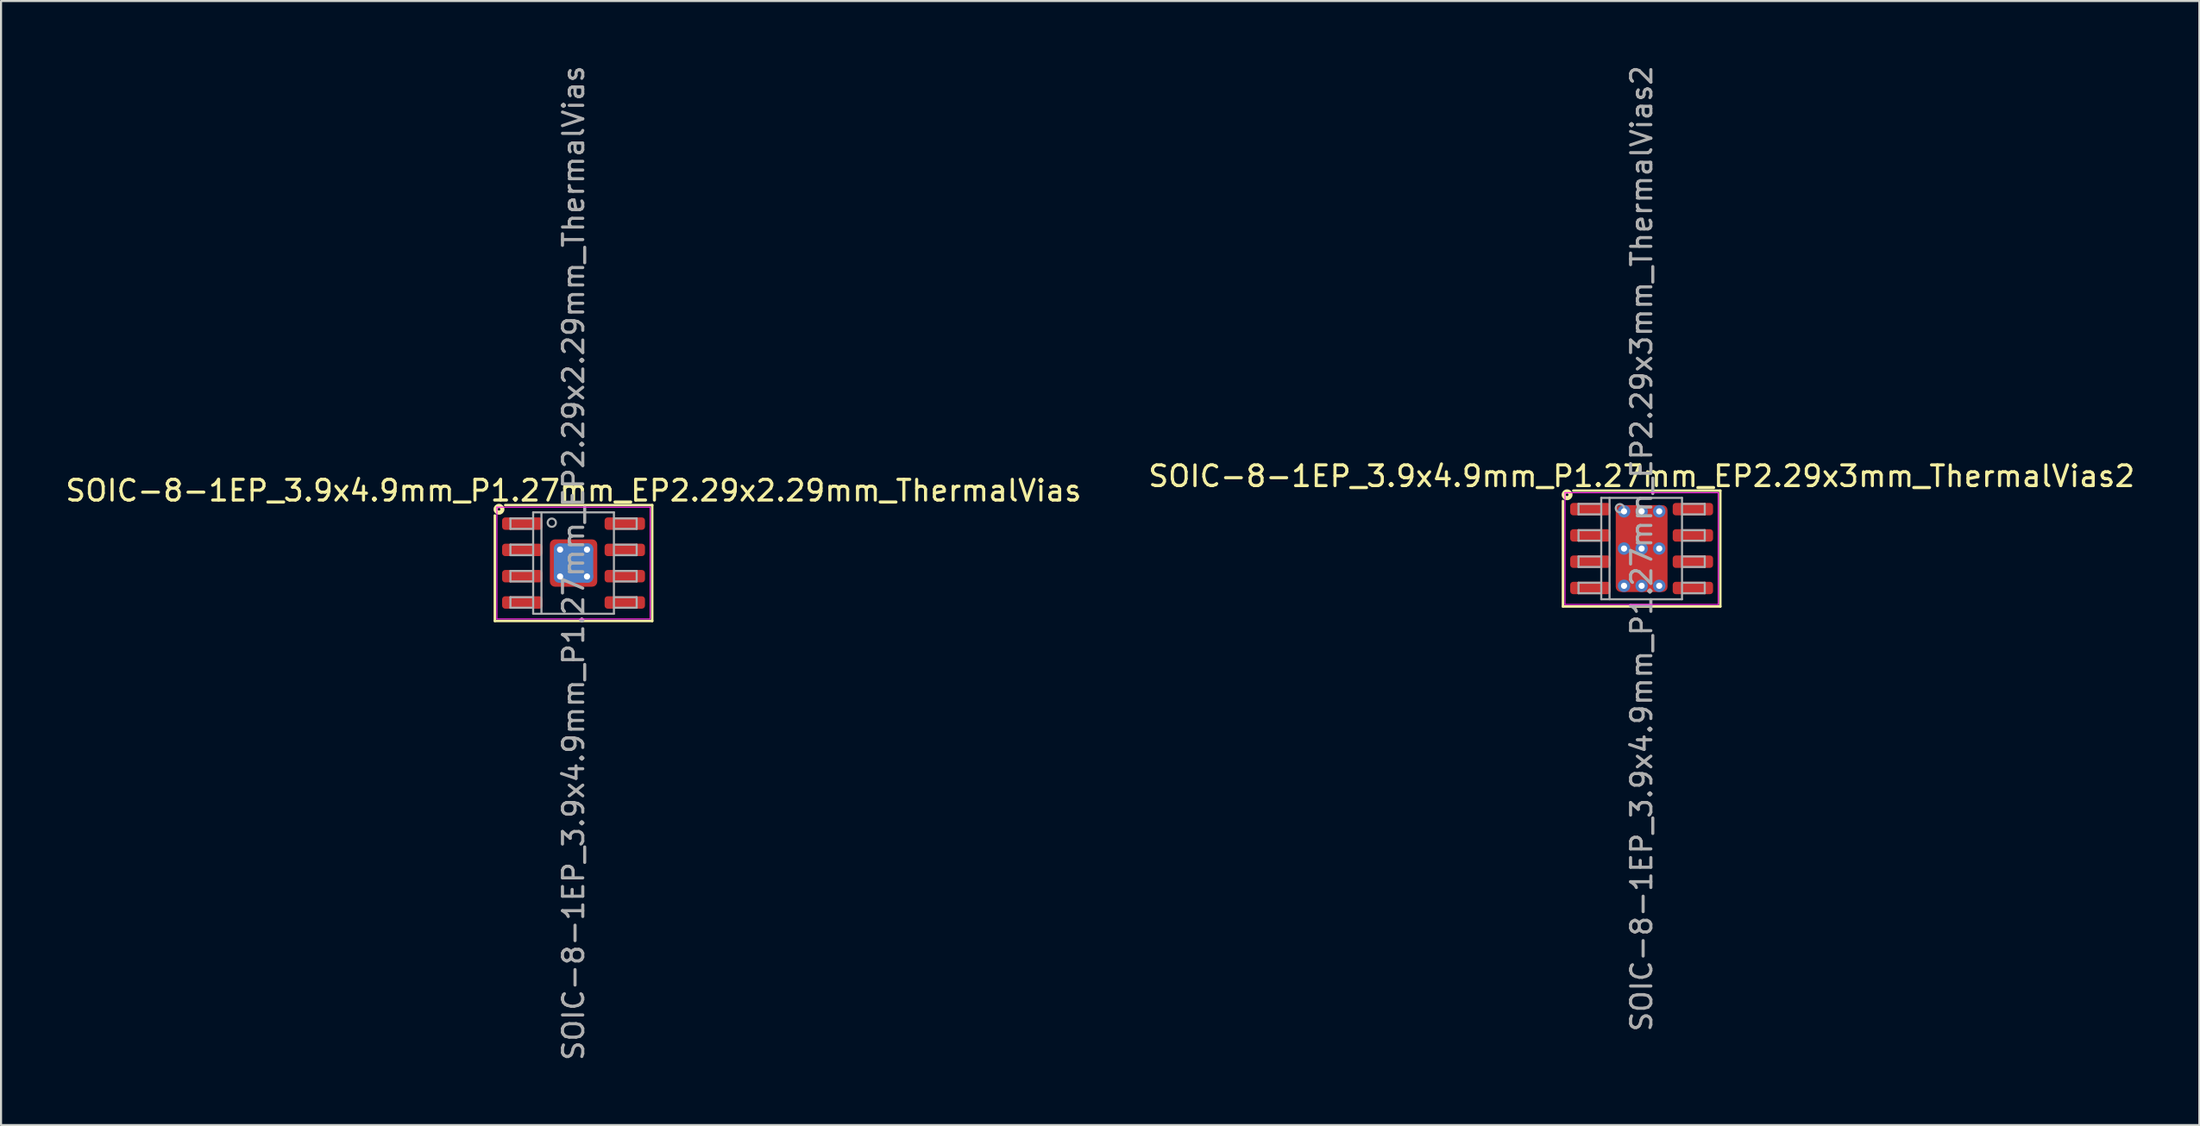
<source format=kicad_pcb>
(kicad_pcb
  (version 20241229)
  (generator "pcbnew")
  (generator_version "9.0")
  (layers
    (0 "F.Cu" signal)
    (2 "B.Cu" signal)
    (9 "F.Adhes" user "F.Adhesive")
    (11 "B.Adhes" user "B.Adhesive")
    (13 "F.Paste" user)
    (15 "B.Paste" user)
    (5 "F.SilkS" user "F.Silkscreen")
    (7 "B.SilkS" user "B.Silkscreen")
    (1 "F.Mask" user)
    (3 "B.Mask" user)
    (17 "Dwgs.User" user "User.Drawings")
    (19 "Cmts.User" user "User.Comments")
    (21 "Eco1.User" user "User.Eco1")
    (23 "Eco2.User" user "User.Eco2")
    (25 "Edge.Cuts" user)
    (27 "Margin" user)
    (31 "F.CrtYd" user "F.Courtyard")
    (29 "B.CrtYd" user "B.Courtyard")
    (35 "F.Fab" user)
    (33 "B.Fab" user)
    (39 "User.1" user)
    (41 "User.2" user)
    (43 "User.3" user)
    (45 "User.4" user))
  (footprint "SOIC-8-1EP_3.9x4.9mm_P1.27mm_EP2.29x3mm_ThermalVias2"
    (layer "F.Cu")
    (at 76.232 23.46)
    (property "Reference" "SOIC-8-1EP_3.9x4.9mm_P1.27mm_EP2.29x3mm_ThermalVias2" (at 0 -3.498 0) (layer "F.SilkS") (effects (font (size 1 1) (thickness 0.15))))
    (attr smd)
    (fp_line (start -3.8 -2.3) (end -3.8 2.8) (stroke (width 0.12) (type solid)) (layer "F.SilkS"))
    (fp_line (start -3.8 2.8) (end 3.8 2.8) (stroke (width 0.12) (type solid)) (layer "F.SilkS"))
    (fp_line (start 3.8 -2.8) (end -3.3 -2.8) (stroke (width 0.12) (type solid)) (layer "F.SilkS"))
    (fp_line (start 3.8 2.8) (end 3.8 -2.8) (stroke (width 0.12) (type solid)) (layer "F.SilkS"))
    (fp_circle (center -3.6 -2.6) (end -3.537 -2.6) (stroke (width 0.2) (type solid)) (fill no) (layer "F.SilkS"))
    (fp_line (start -3.7 -2.7) (end -3.7 2.7) (stroke (width 0.05) (type solid)) (layer "F.CrtYd"))
    (fp_line (start -3.7 2.7) (end 3.7 2.7) (stroke (width 0.05) (type solid)) (layer "F.CrtYd"))
    (fp_line (start 3.7 -2.7) (end -3.7 -2.7) (stroke (width 0.05) (type solid)) (layer "F.CrtYd"))
    (fp_line (start 3.7 2.7) (end 3.7 -2.7) (stroke (width 0.05) (type solid)) (layer "F.CrtYd"))
    (fp_line (start -3.048 -2.159) (end -3.048 -1.651) (stroke (width 0.1) (type solid)) (layer "F.Fab"))
    (fp_line (start -3.048 -2.159) (end -1.968 -2.159) (stroke (width 0.1) (type solid)) (layer "F.Fab"))
    (fp_line (start -3.048 -1.651) (end -1.968 -1.651) (stroke (width 0.1) (type solid)) (layer "F.Fab"))
    (fp_line (start -3.048 -0.889) (end -3.048 -0.381) (stroke (width 0.1) (type solid)) (layer "F.Fab"))
    (fp_line (start -3.048 -0.889) (end -1.968 -0.889) (stroke (width 0.1) (type solid)) (layer "F.Fab"))
    (fp_line (start -3.048 -0.381) (end -1.968 -0.381) (stroke (width 0.1) (type solid)) (layer "F.Fab"))
    (fp_line (start -3.048 0.381) (end -3.048 0.889) (stroke (width 0.1) (type solid)) (layer "F.Fab"))
    (fp_line (start -3.048 0.381) (end -1.968 0.381) (stroke (width 0.1) (type solid)) (layer "F.Fab"))
    (fp_line (start -3.048 0.889) (end -1.968 0.889) (stroke (width 0.1) (type solid)) (layer "F.Fab"))
    (fp_line (start -3.048 1.651) (end -3.048 2.159) (stroke (width 0.1) (type solid)) (layer "F.Fab"))
    (fp_line (start -3.048 1.651) (end -1.968 1.651) (stroke (width 0.1) (type solid)) (layer "F.Fab"))
    (fp_line (start -3.048 2.159) (end -1.968 2.159) (stroke (width 0.1) (type solid)) (layer "F.Fab"))
    (fp_line (start -1.95 -2.45) (end 1.95 -2.45) (stroke (width 0.1) (type solid)) (layer "F.Fab"))
    (fp_line (start -1.95 2.45) (end -1.95 -2.45) (stroke (width 0.1) (type solid)) (layer "F.Fab"))
    (fp_line (start -1.55 -2.45) (end -1.55 2.45) (stroke (width 0.1) (type solid)) (layer "F.Fab"))
    (fp_line (start 1.95 -2.45) (end 1.95 2.45) (stroke (width 0.1) (type solid)) (layer "F.Fab"))
    (fp_line (start 1.95 2.45) (end -1.95 2.45) (stroke (width 0.1) (type solid)) (layer "F.Fab"))
    (fp_line (start 3.048 -2.159) (end 1.968 -2.159) (stroke (width 0.1) (type solid)) (layer "F.Fab"))
    (fp_line (start 3.048 -1.651) (end 1.968 -1.651) (stroke (width 0.1) (type solid)) (layer "F.Fab"))
    (fp_line (start 3.048 -1.651) (end 3.048 -2.159) (stroke (width 0.1) (type solid)) (layer "F.Fab"))
    (fp_line (start 3.048 -0.889) (end 1.968 -0.889) (stroke (width 0.1) (type solid)) (layer "F.Fab"))
    (fp_line (start 3.048 -0.381) (end 1.968 -0.381) (stroke (width 0.1) (type solid)) (layer "F.Fab"))
    (fp_line (start 3.048 -0.381) (end 3.048 -0.889) (stroke (width 0.1) (type solid)) (layer "F.Fab"))
    (fp_line (start 3.048 0.381) (end 1.968 0.381) (stroke (width 0.1) (type solid)) (layer "F.Fab"))
    (fp_line (start 3.048 0.889) (end 1.968 0.889) (stroke (width 0.1) (type solid)) (layer "F.Fab"))
    (fp_line (start 3.048 0.889) (end 3.048 0.381) (stroke (width 0.1) (type solid)) (layer "F.Fab"))
    (fp_line (start 3.048 1.651) (end 1.968 1.651) (stroke (width 0.1) (type solid)) (layer "F.Fab"))
    (fp_line (start 3.048 2.159) (end 1.968 2.159) (stroke (width 0.1) (type solid)) (layer "F.Fab"))
    (fp_line (start 3.048 2.159) (end 3.048 1.651) (stroke (width 0.1) (type solid)) (layer "F.Fab"))
    (fp_circle (center -1.05 -1.95) (end -0.85 -1.95) (stroke (width 0.1) (type solid)) (fill no) (layer "F.Fab"))
    (fp_text user "${REFERENCE}" (at 0 0 90) (layer "F.Fab") (effects (font (size 0.98 0.98) (thickness 0.15))))
    (pad "" smd roundrect (at -0.565 -0.902) (size 0.93 0.905) (layers "F.Paste") (roundrect_rratio 0.25))
    (pad "" smd roundrect (at -0.565 0.897) (size 0.93 0.905) (layers "F.Paste") (roundrect_rratio 0.25))
    (pad "" smd roundrect (at 0 -0.9) (size 2.3 1.2) (layers "F.Mask") (roundrect_rratio 0.208))
    (pad "" smd roundrect (at 0 0.9) (size 2.3 1.2) (layers "F.Mask") (roundrect_rratio 0.208))
    (pad "" smd roundrect (at 0.565 -0.902) (size 0.93 0.905) (layers "F.Paste") (roundrect_rratio 0.25))
    (pad "" smd roundrect (at 0.565 0.897) (size 0.93 0.905) (layers "F.Paste") (roundrect_rratio 0.25))
    (pad "1" smd roundrect (at -2.475 -1.905) (size 1.95 0.6) (layers "F.Cu" "F.Mask" "F.Paste") (roundrect_rratio 0.25))
    (pad "2" smd roundrect (at -2.475 -0.635) (size 1.95 0.6) (layers "F.Cu" "F.Mask" "F.Paste") (roundrect_rratio 0.25))
    (pad "3" smd roundrect (at -2.475 0.635) (size 1.95 0.6) (layers "F.Cu" "F.Mask" "F.Paste") (roundrect_rratio 0.25))
    (pad "4" smd roundrect (at -2.475 1.905) (size 1.95 0.6) (layers "F.Cu" "F.Mask" "F.Paste") (roundrect_rratio 0.25))
    (pad "5" smd roundrect (at 2.475 1.905) (size 1.95 0.6) (layers "F.Cu" "F.Mask" "F.Paste") (roundrect_rratio 0.25))
    (pad "6" smd roundrect (at 2.475 0.635) (size 1.95 0.6) (layers "F.Cu" "F.Mask" "F.Paste") (roundrect_rratio 0.25))
    (pad "7" smd roundrect (at 2.475 -0.635) (size 1.95 0.6) (layers "F.Cu" "F.Mask" "F.Paste") (roundrect_rratio 0.25))
    (pad "8" smd roundrect (at 2.475 -1.905) (size 1.95 0.6) (layers "F.Cu" "F.Mask" "F.Paste") (roundrect_rratio 0.25))
    (pad "9" thru_hole circle (at -0.85 -1.8) (size 0.6 0.6) (drill 0.3) (property pad_prop_heatsink) (layers "*.Cu" "*.Mask"))
    (pad "9" thru_hole circle (at -0.85 0) (size 0.6 0.6) (drill 0.3) (property pad_prop_heatsink) (layers "*.Cu" "*.Mask"))
    (pad "9" thru_hole circle (at -0.85 1.8) (size 0.6 0.6) (drill 0.3) (property pad_prop_heatsink) (layers "*.Cu" "*.Mask"))
    (pad "9" thru_hole circle (at 0 -1.8) (size 0.6 0.6) (drill 0.3) (property pad_prop_heatsink) (layers "*.Cu" "*.Mask"))
    (pad "9" thru_hole circle (at 0 0) (size 0.6 0.6) (drill 0.3) (property pad_prop_heatsink) (layers "*.Cu" "*.Mask"))
    (pad "9" smd roundrect (at 0 0) (size 2.5 4.2) (layers "F.Cu") (roundrect_rratio 0.1))
    (pad "9" thru_hole circle (at 0 1.8) (size 0.6 0.6) (drill 0.3) (property pad_prop_heatsink) (layers "*.Cu" "*.Mask"))
    (pad "9" thru_hole circle (at 0.85 -1.8) (size 0.6 0.6) (drill 0.3) (property pad_prop_heatsink) (layers "*.Cu" "*.Mask"))
    (pad "9" thru_hole circle (at 0.85 0) (size 0.6 0.6) (drill 0.3) (property pad_prop_heatsink) (layers "*.Cu" "*.Mask"))
    (pad "9" thru_hole circle (at 0.85 1.8) (size 0.6 0.6) (drill 0.3) (property pad_prop_heatsink) (layers "*.Cu" "*.Mask")))
  (footprint "SOIC-8-1EP_3.9x4.9mm_P1.27mm_EP2.29x2.29mm_ThermalVias"
    (layer "F.Cu")
    (at 24.649 24.16)
    (property "Reference" "SOIC-8-1EP_3.9x4.9mm_P1.27mm_EP2.29x2.29mm_ThermalVias" (at 0 -3.5 0) (layer "F.SilkS") (effects (font (size 1 1) (thickness 0.15))))
    (attr smd)
    (fp_line (start -3.8 -2.3) (end -3.8 2.8) (stroke (width 0.12) (type solid)) (layer "F.SilkS"))
    (fp_line (start -3.8 2.8) (end 3.8 2.8) (stroke (width 0.12) (type solid)) (layer "F.SilkS"))
    (fp_line (start 3.8 -2.8) (end -3.3 -2.8) (stroke (width 0.12) (type solid)) (layer "F.SilkS"))
    (fp_line (start 3.8 2.8) (end 3.8 -2.8) (stroke (width 0.12) (type solid)) (layer "F.SilkS"))
    (fp_circle (center -3.6 -2.6) (end -3.537 -2.6) (stroke (width 0.2) (type solid)) (fill no) (layer "F.SilkS"))
    (fp_line (start -3.7 -2.7) (end -3.7 2.7) (stroke (width 0.05) (type solid)) (layer "F.CrtYd"))
    (fp_line (start -3.7 2.7) (end 3.7 2.7) (stroke (width 0.05) (type solid)) (layer "F.CrtYd"))
    (fp_line (start 3.7 -2.7) (end -3.7 -2.7) (stroke (width 0.05) (type solid)) (layer "F.CrtYd"))
    (fp_line (start 3.7 2.7) (end 3.7 -2.7) (stroke (width 0.05) (type solid)) (layer "F.CrtYd"))
    (fp_line (start -3.048 -2.159) (end -3.048 -1.651) (stroke (width 0.1) (type solid)) (layer "F.Fab"))
    (fp_line (start -3.048 -2.159) (end -1.968 -2.159) (stroke (width 0.1) (type solid)) (layer "F.Fab"))
    (fp_line (start -3.048 -1.651) (end -1.968 -1.651) (stroke (width 0.1) (type solid)) (layer "F.Fab"))
    (fp_line (start -3.048 -0.889) (end -3.048 -0.381) (stroke (width 0.1) (type solid)) (layer "F.Fab"))
    (fp_line (start -3.048 -0.889) (end -1.968 -0.889) (stroke (width 0.1) (type solid)) (layer "F.Fab"))
    (fp_line (start -3.048 -0.381) (end -1.968 -0.381) (stroke (width 0.1) (type solid)) (layer "F.Fab"))
    (fp_line (start -3.048 0.381) (end -3.048 0.889) (stroke (width 0.1) (type solid)) (layer "F.Fab"))
    (fp_line (start -3.048 0.381) (end -1.968 0.381) (stroke (width 0.1) (type solid)) (layer "F.Fab"))
    (fp_line (start -3.048 0.889) (end -1.968 0.889) (stroke (width 0.1) (type solid)) (layer "F.Fab"))
    (fp_line (start -3.048 1.651) (end -3.048 2.159) (stroke (width 0.1) (type solid)) (layer "F.Fab"))
    (fp_line (start -3.048 1.651) (end -1.968 1.651) (stroke (width 0.1) (type solid)) (layer "F.Fab"))
    (fp_line (start -3.048 2.159) (end -1.968 2.159) (stroke (width 0.1) (type solid)) (layer "F.Fab"))
    (fp_line (start -1.95 -2.45) (end 1.95 -2.45) (stroke (width 0.1) (type solid)) (layer "F.Fab"))
    (fp_line (start -1.95 2.45) (end -1.95 -2.45) (stroke (width 0.1) (type solid)) (layer "F.Fab"))
    (fp_line (start -1.55 -2.45) (end -1.55 2.45) (stroke (width 0.1) (type solid)) (layer "F.Fab"))
    (fp_line (start 1.95 -2.45) (end 1.95 2.45) (stroke (width 0.1) (type solid)) (layer "F.Fab"))
    (fp_line (start 1.95 2.45) (end -1.95 2.45) (stroke (width 0.1) (type solid)) (layer "F.Fab"))
    (fp_line (start 3.048 -2.159) (end 1.968 -2.159) (stroke (width 0.1) (type solid)) (layer "F.Fab"))
    (fp_line (start 3.048 -1.651) (end 1.968 -1.651) (stroke (width 0.1) (type solid)) (layer "F.Fab"))
    (fp_line (start 3.048 -1.651) (end 3.048 -2.159) (stroke (width 0.1) (type solid)) (layer "F.Fab"))
    (fp_line (start 3.048 -0.889) (end 1.968 -0.889) (stroke (width 0.1) (type solid)) (layer "F.Fab"))
    (fp_line (start 3.048 -0.381) (end 1.968 -0.381) (stroke (width 0.1) (type solid)) (layer "F.Fab"))
    (fp_line (start 3.048 -0.381) (end 3.048 -0.889) (stroke (width 0.1) (type solid)) (layer "F.Fab"))
    (fp_line (start 3.048 0.381) (end 1.968 0.381) (stroke (width 0.1) (type solid)) (layer "F.Fab"))
    (fp_line (start 3.048 0.889) (end 1.968 0.889) (stroke (width 0.1) (type solid)) (layer "F.Fab"))
    (fp_line (start 3.048 0.889) (end 3.048 0.381) (stroke (width 0.1) (type solid)) (layer "F.Fab"))
    (fp_line (start 3.048 1.651) (end 1.968 1.651) (stroke (width 0.1) (type solid)) (layer "F.Fab"))
    (fp_line (start 3.048 2.159) (end 1.968 2.159) (stroke (width 0.1) (type solid)) (layer "F.Fab"))
    (fp_line (start 3.048 2.159) (end 3.048 1.651) (stroke (width 0.1) (type solid)) (layer "F.Fab"))
    (fp_circle (center -1.05 -1.95) (end -0.85 -1.95) (stroke (width 0.1) (type solid)) (fill no) (layer "F.Fab"))
    (fp_text user "${REFERENCE}" (at 0 0 90) (layer "F.Fab") (effects (font (size 0.98 0.98) (thickness 0.15))))
    (pad "" smd roundrect (at -0.57 -0.588) (size 0.96 0.925) (layers "F.Paste") (roundrect_rratio 0.25))
    (pad "" smd roundrect (at -0.57 0.588) (size 0.96 0.925) (layers "F.Paste") (roundrect_rratio 0.25))
    (pad "" smd roundrect (at 0.57 -0.588) (size 0.96 0.925) (layers "F.Paste") (roundrect_rratio 0.25))
    (pad "" smd roundrect (at 0.57 0.588) (size 0.96 0.925) (layers "F.Paste") (roundrect_rratio 0.25))
    (pad "1" smd roundrect (at -2.475 -1.905) (size 1.95 0.6) (layers "F.Cu" "F.Mask" "F.Paste") (roundrect_rratio 0.25))
    (pad "2" smd roundrect (at -2.475 -0.635) (size 1.95 0.6) (layers "F.Cu" "F.Mask" "F.Paste") (roundrect_rratio 0.25))
    (pad "3" smd roundrect (at -2.475 0.635) (size 1.95 0.6) (layers "F.Cu" "F.Mask" "F.Paste") (roundrect_rratio 0.25))
    (pad "4" smd roundrect (at -2.475 1.905) (size 1.95 0.6) (layers "F.Cu" "F.Mask" "F.Paste") (roundrect_rratio 0.25))
    (pad "5" smd roundrect (at 2.475 1.905) (size 1.95 0.6) (layers "F.Cu" "F.Mask" "F.Paste") (roundrect_rratio 0.25))
    (pad "6" smd roundrect (at 2.475 0.635) (size 1.95 0.6) (layers "F.Cu" "F.Mask" "F.Paste") (roundrect_rratio 0.25))
    (pad "7" smd roundrect (at 2.475 -0.635) (size 1.95 0.6) (layers "F.Cu" "F.Mask" "F.Paste") (roundrect_rratio 0.25))
    (pad "8" smd roundrect (at 2.475 -1.905) (size 1.95 0.6) (layers "F.Cu" "F.Mask" "F.Paste") (roundrect_rratio 0.25))
    (pad "9" thru_hole circle (at -0.65 -0.65) (size 0.6 0.6) (drill 0.3) (property pad_prop_heatsink) (layers "*.Cu"))
    (pad "9" thru_hole circle (at -0.65 0.65) (size 0.6 0.6) (drill 0.3) (property pad_prop_heatsink) (layers "*.Cu"))
    (pad "9" smd roundrect (at 0 0) (size 1.9 1.9) (layers "B.Cu" "B.Mask") (roundrect_rratio 0.132))
    (pad "9" smd roundrect (at 0 0) (size 2.29 2.29) (layers "F.Cu" "F.Mask") (roundrect_rratio 0.109))
    (pad "9" thru_hole circle (at 0.65 -0.65) (size 0.6 0.6) (drill 0.3) (property pad_prop_heatsink) (layers "*.Cu"))
    (pad "9" thru_hole circle (at 0.65 0.65) (size 0.6 0.6) (drill 0.3) (property pad_prop_heatsink) (layers "*.Cu")))
  (gr_rect
    (start -3 -3)
    (end 103.167 51.321)
    (stroke (width 0.1) (type default))
    (fill no)
    (layer "Edge.Cuts")))
</source>
